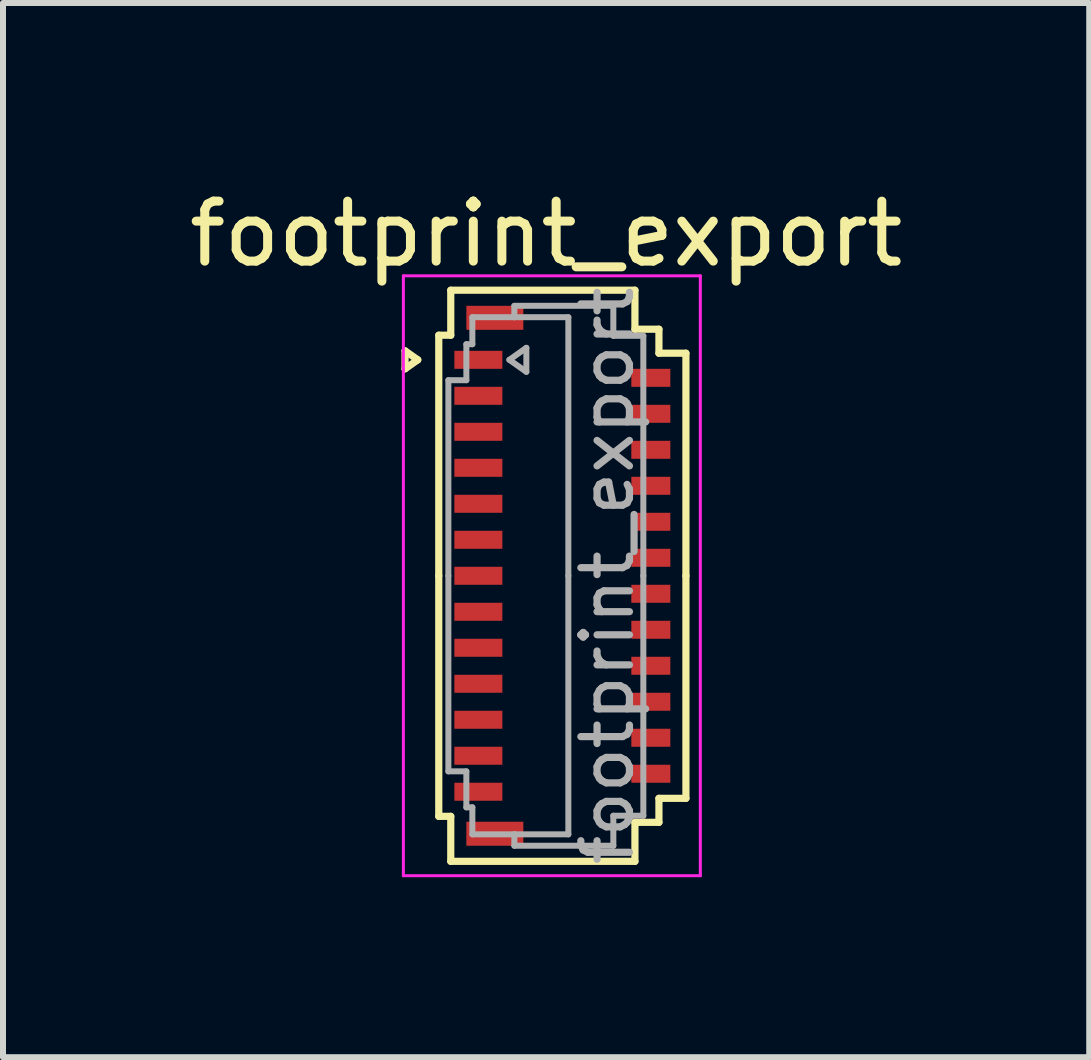
<source format=kicad_pcb>
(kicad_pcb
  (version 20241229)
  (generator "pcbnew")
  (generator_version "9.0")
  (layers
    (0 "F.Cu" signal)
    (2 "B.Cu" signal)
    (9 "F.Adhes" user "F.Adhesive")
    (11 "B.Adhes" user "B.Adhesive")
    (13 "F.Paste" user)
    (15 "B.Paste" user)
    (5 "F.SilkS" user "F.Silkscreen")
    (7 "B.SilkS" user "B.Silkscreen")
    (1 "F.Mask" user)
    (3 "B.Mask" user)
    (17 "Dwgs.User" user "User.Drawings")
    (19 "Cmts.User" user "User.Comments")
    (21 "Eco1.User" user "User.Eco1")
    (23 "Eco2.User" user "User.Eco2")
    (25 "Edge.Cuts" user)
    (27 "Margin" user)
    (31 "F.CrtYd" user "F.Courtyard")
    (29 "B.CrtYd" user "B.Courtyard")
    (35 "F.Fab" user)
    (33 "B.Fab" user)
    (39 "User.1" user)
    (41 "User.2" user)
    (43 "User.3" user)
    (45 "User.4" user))
  (footprint "footprint_export"
    (layer "F.Cu")
    (at 6.324 6.548)
    (property "Reference" "footprint_export" (at -0.27 -5.7 0) (layer "F.SilkS") (effects (font (size 1 1) (thickness 0.15))))
    (attr smd)
    (fp_line (start -2.622 -3.75) (end -2.41 -3.6) (stroke (width 0.12) (type solid)) (layer "F.SilkS"))
    (fp_line (start -2.622 -3.45) (end -2.622 -3.75) (stroke (width 0.12) (type solid)) (layer "F.SilkS"))
    (fp_line (start -2.41 -3.6) (end -2.622 -3.45) (stroke (width 0.12) (type solid)) (layer "F.SilkS"))
    (fp_line (start -2.06 -4.01) (end -2.06 0) (stroke (width 0.12) (type solid)) (layer "F.SilkS"))
    (fp_line (start -2.06 4.01) (end -2.06 0) (stroke (width 0.12) (type solid)) (layer "F.SilkS"))
    (fp_line (start -1.86 -4.76) (end -1.86 -4.01) (stroke (width 0.12) (type solid)) (layer "F.SilkS"))
    (fp_line (start -1.86 -4.01) (end -2.06 -4.01) (stroke (width 0.12) (type solid)) (layer "F.SilkS"))
    (fp_line (start -1.86 4.01) (end -2.06 4.01) (stroke (width 0.12) (type solid)) (layer "F.SilkS"))
    (fp_line (start -1.86 4.76) (end -1.86 4.01) (stroke (width 0.12) (type solid)) (layer "F.SilkS"))
    (fp_line (start 1.21 -4.76) (end -1.86 -4.76) (stroke (width 0.12) (type solid)) (layer "F.SilkS"))
    (fp_line (start 1.21 -4.11) (end 1.21 -4.76) (stroke (width 0.12) (type solid)) (layer "F.SilkS"))
    (fp_line (start 1.21 4.11) (end 1.21 4.76) (stroke (width 0.12) (type solid)) (layer "F.SilkS"))
    (fp_line (start 1.21 4.76) (end -1.86 4.76) (stroke (width 0.12) (type solid)) (layer "F.SilkS"))
    (fp_line (start 1.61 -4.11) (end 1.21 -4.11) (stroke (width 0.12) (type solid)) (layer "F.SilkS"))
    (fp_line (start 1.61 -3.71) (end 1.61 -4.11) (stroke (width 0.12) (type solid)) (layer "F.SilkS"))
    (fp_line (start 1.61 3.71) (end 1.61 4.11) (stroke (width 0.12) (type solid)) (layer "F.SilkS"))
    (fp_line (start 1.61 4.11) (end 1.21 4.11) (stroke (width 0.12) (type solid)) (layer "F.SilkS"))
    (fp_line (start 2.06 -3.71) (end 1.61 -3.71) (stroke (width 0.12) (type solid)) (layer "F.SilkS"))
    (fp_line (start 2.06 0) (end 2.06 -3.71) (stroke (width 0.12) (type solid)) (layer "F.SilkS"))
    (fp_line (start 2.06 0) (end 2.06 3.71) (stroke (width 0.12) (type solid)) (layer "F.SilkS"))
    (fp_line (start 2.06 3.71) (end 1.61 3.71) (stroke (width 0.12) (type solid)) (layer "F.SilkS"))
    (fp_line (start -2.65 -5) (end -2.65 5) (stroke (width 0.05) (type solid)) (layer "F.CrtYd"))
    (fp_line (start -2.65 5) (end 2.3 5) (stroke (width 0.05) (type solid)) (layer "F.CrtYd"))
    (fp_line (start 2.3 -5) (end -2.65 -5) (stroke (width 0.05) (type solid)) (layer "F.CrtYd"))
    (fp_line (start 2.3 5) (end 2.3 -5) (stroke (width 0.05) (type solid)) (layer "F.CrtYd"))
    (fp_line (start -1.9 -3.26) (end -1.6 -3.26) (stroke (width 0.1) (type solid)) (layer "F.Fab"))
    (fp_line (start -1.9 0) (end -1.9 -3.26) (stroke (width 0.1) (type solid)) (layer "F.Fab"))
    (fp_line (start -1.9 0) (end -1.9 3.26) (stroke (width 0.1) (type solid)) (layer "F.Fab"))
    (fp_line (start -1.9 3.26) (end -1.6 3.26) (stroke (width 0.1) (type solid)) (layer "F.Fab"))
    (fp_line (start -1.6 -3.86) (end -1.5 -3.86) (stroke (width 0.1) (type solid)) (layer "F.Fab"))
    (fp_line (start -1.6 -3.26) (end -1.6 -3.86) (stroke (width 0.1) (type solid)) (layer "F.Fab"))
    (fp_line (start -1.6 3.26) (end -1.6 3.86) (stroke (width 0.1) (type solid)) (layer "F.Fab"))
    (fp_line (start -1.6 3.86) (end -1.5 3.86) (stroke (width 0.1) (type solid)) (layer "F.Fab"))
    (fp_line (start -1.5 -4.31) (end -0.8 -4.31) (stroke (width 0.1) (type solid)) (layer "F.Fab"))
    (fp_line (start -1.5 -3.86) (end -1.5 -4.31) (stroke (width 0.1) (type solid)) (layer "F.Fab"))
    (fp_line (start -1.5 3.86) (end -1.5 4.31) (stroke (width 0.1) (type solid)) (layer "F.Fab"))
    (fp_line (start -1.5 4.31) (end -0.8 4.31) (stroke (width 0.1) (type solid)) (layer "F.Fab"))
    (fp_line (start -0.883 -3.6) (end -0.6 -3.4) (stroke (width 0.1) (type solid)) (layer "F.Fab"))
    (fp_line (start -0.8 -4.5) (end 0.85 -4.5) (stroke (width 0.1) (type solid)) (layer "F.Fab"))
    (fp_line (start -0.8 -4.31) (end -0.8 -4.5) (stroke (width 0.1) (type solid)) (layer "F.Fab"))
    (fp_line (start -0.8 4.31) (end -0.8 4.5) (stroke (width 0.1) (type solid)) (layer "F.Fab"))
    (fp_line (start -0.8 4.5) (end 0.85 4.5) (stroke (width 0.1) (type solid)) (layer "F.Fab"))
    (fp_line (start -0.6 -3.8) (end -0.883 -3.6) (stroke (width 0.1) (type solid)) (layer "F.Fab"))
    (fp_line (start -0.6 -3.4) (end -0.6 -3.8) (stroke (width 0.1) (type solid)) (layer "F.Fab"))
    (fp_line (start 0.1 -4.31) (end -0.8 -4.31) (stroke (width 0.1) (type solid)) (layer "F.Fab"))
    (fp_line (start 0.1 0) (end 0.1 -4.31) (stroke (width 0.1) (type solid)) (layer "F.Fab"))
    (fp_line (start 0.1 0) (end 0.1 4.31) (stroke (width 0.1) (type solid)) (layer "F.Fab"))
    (fp_line (start 0.1 4.31) (end -0.8 4.31) (stroke (width 0.1) (type solid)) (layer "F.Fab"))
    (fp_line (start 0.85 -4.5) (end 0.85 -4) (stroke (width 0.1) (type solid)) (layer "F.Fab"))
    (fp_line (start 0.85 -4) (end 1.35 -4) (stroke (width 0.1) (type solid)) (layer "F.Fab"))
    (fp_line (start 0.85 4) (end 1.35 4) (stroke (width 0.1) (type solid)) (layer "F.Fab"))
    (fp_line (start 0.85 4.5) (end 0.85 4) (stroke (width 0.1) (type solid)) (layer "F.Fab"))
    (fp_line (start 1.35 -4) (end 1.35 0) (stroke (width 0.1) (type solid)) (layer "F.Fab"))
    (fp_line (start 1.35 4) (end 1.35 0) (stroke (width 0.1) (type solid)) (layer "F.Fab"))
    (fp_text user "${REFERENCE}" (at 0.75 0 90) (layer "F.Fab") (effects (font (size 0.81 0.81) (thickness 0.12))))
    (pad "1" smd rect (at -1.4 -3.6) (size 0.8 0.3) (layers "F.Cu" "F.Mask" "F.Paste"))
    (pad "2" smd rect (at 1.475 -3.3) (size 0.65 0.3) (layers "F.Cu" "F.Mask" "F.Paste"))
    (pad "3" smd rect (at -1.4 -3) (size 0.8 0.3) (layers "F.Cu" "F.Mask" "F.Paste"))
    (pad "4" smd rect (at 1.475 -2.7) (size 0.65 0.3) (layers "F.Cu" "F.Mask" "F.Paste"))
    (pad "5" smd rect (at -1.4 -2.4) (size 0.8 0.3) (layers "F.Cu" "F.Mask" "F.Paste"))
    (pad "6" smd rect (at 1.475 -2.1) (size 0.65 0.3) (layers "F.Cu" "F.Mask" "F.Paste"))
    (pad "7" smd rect (at -1.4 -1.8) (size 0.8 0.3) (layers "F.Cu" "F.Mask" "F.Paste"))
    (pad "8" smd rect (at 1.475 -1.5) (size 0.65 0.3) (layers "F.Cu" "F.Mask" "F.Paste"))
    (pad "9" smd rect (at -1.4 -1.2) (size 0.8 0.3) (layers "F.Cu" "F.Mask" "F.Paste"))
    (pad "10" smd rect (at 1.475 -0.9) (size 0.65 0.3) (layers "F.Cu" "F.Mask" "F.Paste"))
    (pad "11" smd rect (at -1.4 -0.6) (size 0.8 0.3) (layers "F.Cu" "F.Mask" "F.Paste"))
    (pad "12" smd rect (at 1.475 -0.3) (size 0.65 0.3) (layers "F.Cu" "F.Mask" "F.Paste"))
    (pad "13" smd rect (at -1.4 0) (size 0.8 0.3) (layers "F.Cu" "F.Mask" "F.Paste"))
    (pad "14" smd rect (at 1.475 0.3) (size 0.65 0.3) (layers "F.Cu" "F.Mask" "F.Paste"))
    (pad "15" smd rect (at -1.4 0.6) (size 0.8 0.3) (layers "F.Cu" "F.Mask" "F.Paste"))
    (pad "16" smd rect (at 1.475 0.9) (size 0.65 0.3) (layers "F.Cu" "F.Mask" "F.Paste"))
    (pad "17" smd rect (at -1.4 1.2) (size 0.8 0.3) (layers "F.Cu" "F.Mask" "F.Paste"))
    (pad "18" smd rect (at 1.475 1.5) (size 0.65 0.3) (layers "F.Cu" "F.Mask" "F.Paste"))
    (pad "19" smd rect (at -1.4 1.8) (size 0.8 0.3) (layers "F.Cu" "F.Mask" "F.Paste"))
    (pad "20" smd rect (at 1.475 2.1) (size 0.65 0.3) (layers "F.Cu" "F.Mask" "F.Paste"))
    (pad "21" smd rect (at -1.4 2.4) (size 0.8 0.3) (layers "F.Cu" "F.Mask" "F.Paste"))
    (pad "22" smd rect (at 1.475 2.7) (size 0.65 0.3) (layers "F.Cu" "F.Mask" "F.Paste"))
    (pad "23" smd rect (at -1.4 3) (size 0.8 0.3) (layers "F.Cu" "F.Mask" "F.Paste"))
    (pad "24" smd rect (at 1.475 3.3) (size 0.65 0.3) (layers "F.Cu" "F.Mask" "F.Paste"))
    (pad "25" smd rect (at -1.4 3.6) (size 0.8 0.3) (layers "F.Cu" "F.Mask" "F.Paste"))
    (pad "MP" smd rect (at -1.125 -4.3) (size 0.95 0.4) (layers "F.Cu" "F.Mask" "F.Paste"))
    (pad "MP" smd rect (at -1.125 4.3) (size 0.95 0.4) (layers "F.Cu" "F.Mask" "F.Paste")))
  (gr_rect
    (start -3 -3)
    (end 15.107 14.573)
    (stroke (width 0.1) (type default))
    (fill no)
    (layer "Edge.Cuts")))
</source>
